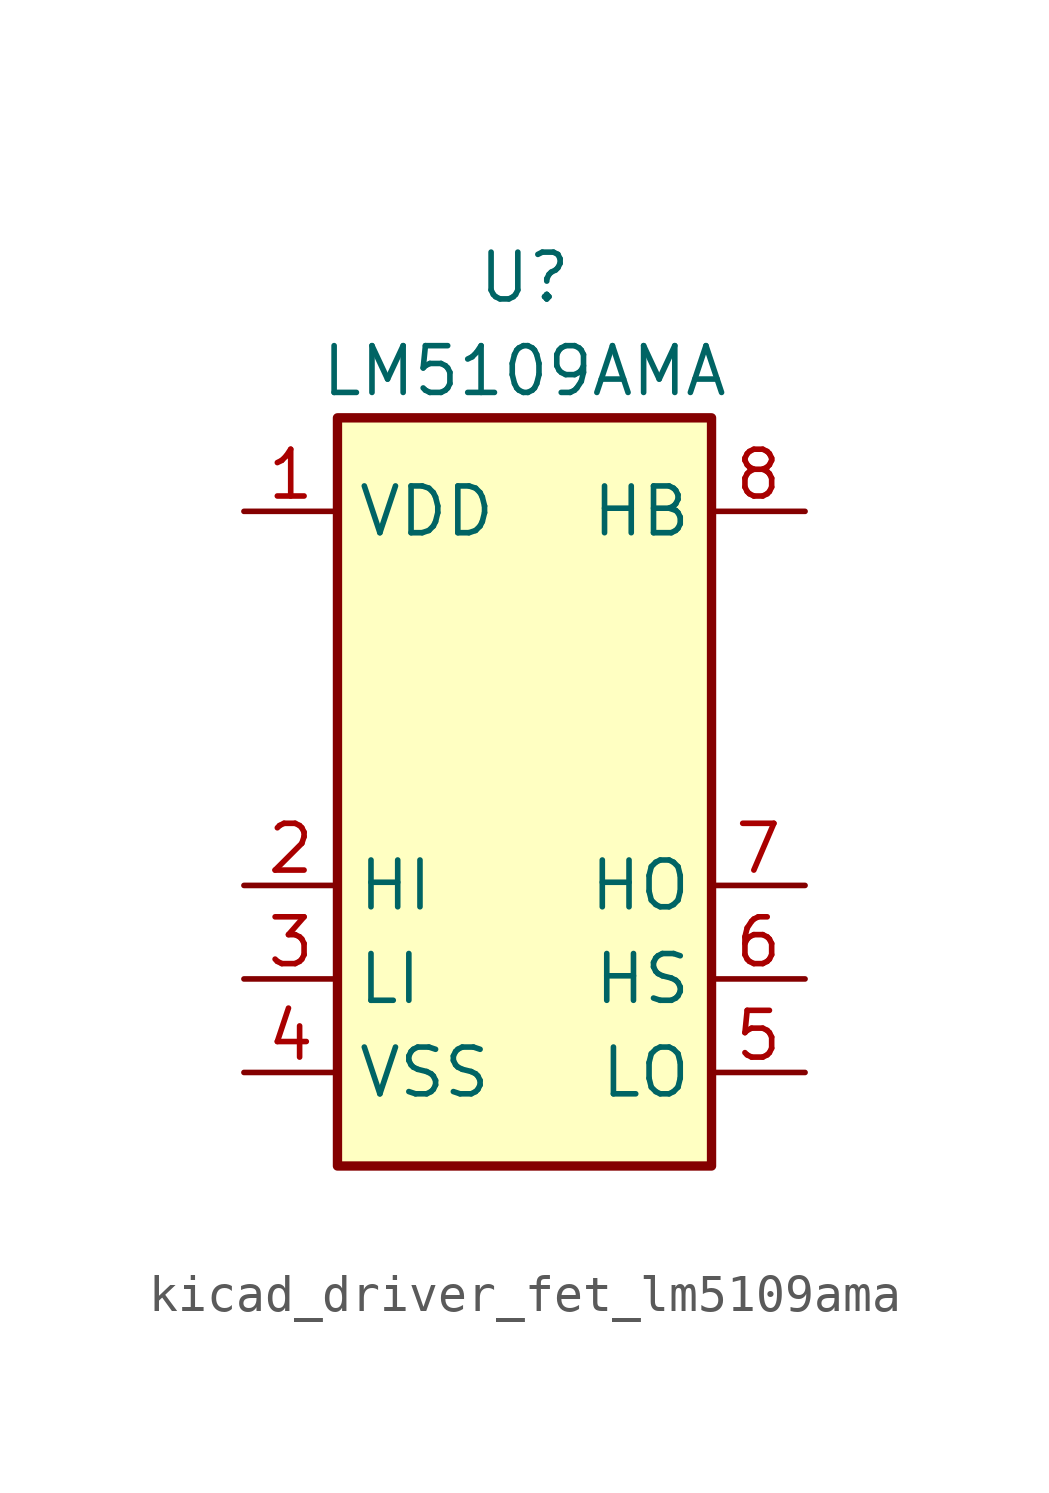
<source format=kicad_sym>
(kicad_symbol_lib
  (version 20220914)
  (generator kicad_symbol_editor)
  (symbol "kicad_driver_fet_lm5109ama"
    (property "Reference" "U"
      (at 0 13.97 0)
      (effects (font (size 1.27 1.27))))
    (property "Value" "LM5109AMA"
      (at 0 11.43 0)
      (effects (font (size 1.27 1.27))))
    (symbol "kicad_driver_fet_lm5109ama_0_1"
      (rectangle (start -5.08 -10.16) (end 5.08 10.16) (stroke (width 0.254) (type default)) (fill (type background))))
    (symbol "kicad_driver_fet_lm5109ama_1_1"
      (pin power_in line (at -7.62 7.62 0) (length 2.54) (name "VDD" (effects (font (size 1.27 1.27)))) (number "1" (effects (font (size 1.27 1.27)))))
      (pin input line (at -7.62 -2.54 0) (length 2.54) (name "HI" (effects (font (size 1.27 1.27)))) (number "2" (effects (font (size 1.27 1.27)))))
      (pin input line (at -7.62 -5.08 0) (length 2.54) (name "LI" (effects (font (size 1.27 1.27)))) (number "3" (effects (font (size 1.27 1.27)))))
      (pin power_in line (at -7.62 -7.62 0) (length 2.54) (name "VSS" (effects (font (size 1.27 1.27)))) (number "4" (effects (font (size 1.27 1.27)))))
      (pin output line (at 7.62 -7.62 180) (length 2.54) (name "LO" (effects (font (size 1.27 1.27)))) (number "5" (effects (font (size 1.27 1.27)))))
      (pin passive line (at 7.62 -5.08 180) (length 2.54) (name "HS" (effects (font (size 1.27 1.27)))) (number "6" (effects (font (size 1.27 1.27)))))
      (pin output line (at 7.62 -2.54 180) (length 2.54) (name "HO" (effects (font (size 1.27 1.27)))) (number "7" (effects (font (size 1.27 1.27)))))
      (pin passive line (at 7.62 7.62 180) (length 2.54) (name "HB" (effects (font (size 1.27 1.27)))) (number "8" (effects (font (size 1.27 1.27))))))))
</source>
